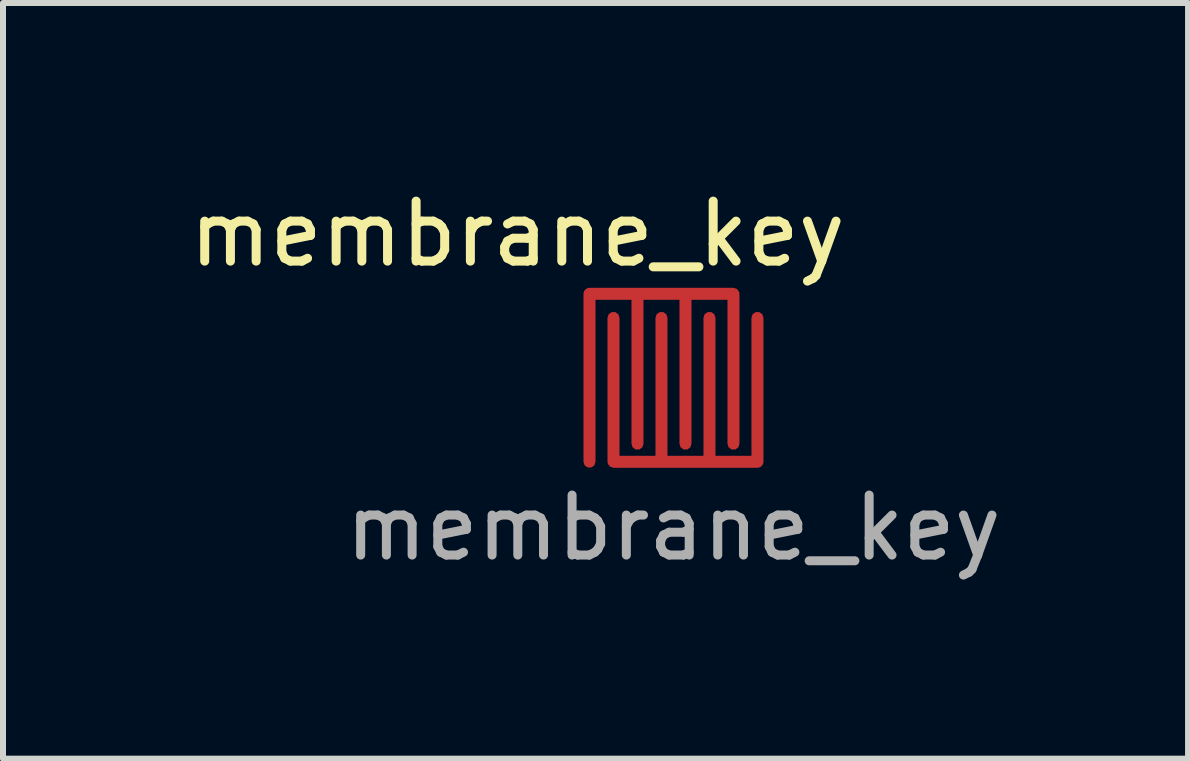
<source format=kicad_pcb>
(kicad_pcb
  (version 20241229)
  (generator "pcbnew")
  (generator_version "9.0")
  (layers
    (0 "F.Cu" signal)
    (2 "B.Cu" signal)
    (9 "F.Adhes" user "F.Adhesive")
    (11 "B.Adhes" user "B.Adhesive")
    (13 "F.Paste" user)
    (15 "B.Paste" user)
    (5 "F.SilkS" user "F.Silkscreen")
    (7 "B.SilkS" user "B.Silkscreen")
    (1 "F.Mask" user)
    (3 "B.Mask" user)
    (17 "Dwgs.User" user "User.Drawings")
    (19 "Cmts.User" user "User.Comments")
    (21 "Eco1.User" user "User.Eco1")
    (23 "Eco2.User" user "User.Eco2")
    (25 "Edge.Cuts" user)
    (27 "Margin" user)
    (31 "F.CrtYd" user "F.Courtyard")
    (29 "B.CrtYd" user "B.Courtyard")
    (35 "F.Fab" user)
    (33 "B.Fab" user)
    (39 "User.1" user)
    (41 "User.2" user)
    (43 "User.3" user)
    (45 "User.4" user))
  (footprint "membrane_key"
    (layer "F.Cu")
    (at 8.177 3.248)
    (property "Reference" "membrane_key" (at -2.6 -2.4 0) (unlocked yes) (layer "F.SilkS") (effects (font (size 1 1) (thickness 0.15))))
    (attr smd)
    (fp_rect (start -1.6 -1.6) (end 1.6 1.6) (stroke (width 0.1) (type solid)) (fill yes) (layer "F.Mask"))
    (fp_text user "${REFERENCE}" (at 0 2.5 0) (unlocked yes) (layer "F.Fab") (effects (font (size 1 1) (thickness 0.15))))
    (pad "1" smd custom (at 1.4 1.4) (size 0.2 0.2) (layers "F.Cu" "F.Mask" "F.Paste") (options (anchor circle)) (primitives (gr_poly (pts (xy -2.4 0) (xy -1.6 0) (xy -1.6 -2.4) (xy -1.6 0) (xy -0.8 0) (xy -0.8 -2.4) (xy -0.8 0) (xy 0 0) (xy 0 -2.4) (xy 0 0) (xy -2.4 0) (xy -2.4 -2.4)) (width 0.2) (fill yes))))
    (pad "2" smd custom (at -1.4 -1.4) (size 0.2 0.2) (layers "F.Cu" "F.Mask" "F.Paste") (options (anchor circle)) (primitives (gr_poly (pts (xy 2.4 2.5) (xy 2.4 0) (xy 1.6 0) (xy 1.6 2.5) (xy 1.6 0) (xy 0.8 0) (xy 0.8 2.5) (xy 0.8 0) (xy 0 0) (xy 0 2.8) (xy 0 0) (xy 2.4 0)) (width 0.2) (fill yes)))))
  (gr_rect
    (start -3 -3)
    (end 16.755 9.597)
    (stroke (width 0.1) (type default))
    (fill no)
    (layer "Edge.Cuts")))
</source>
